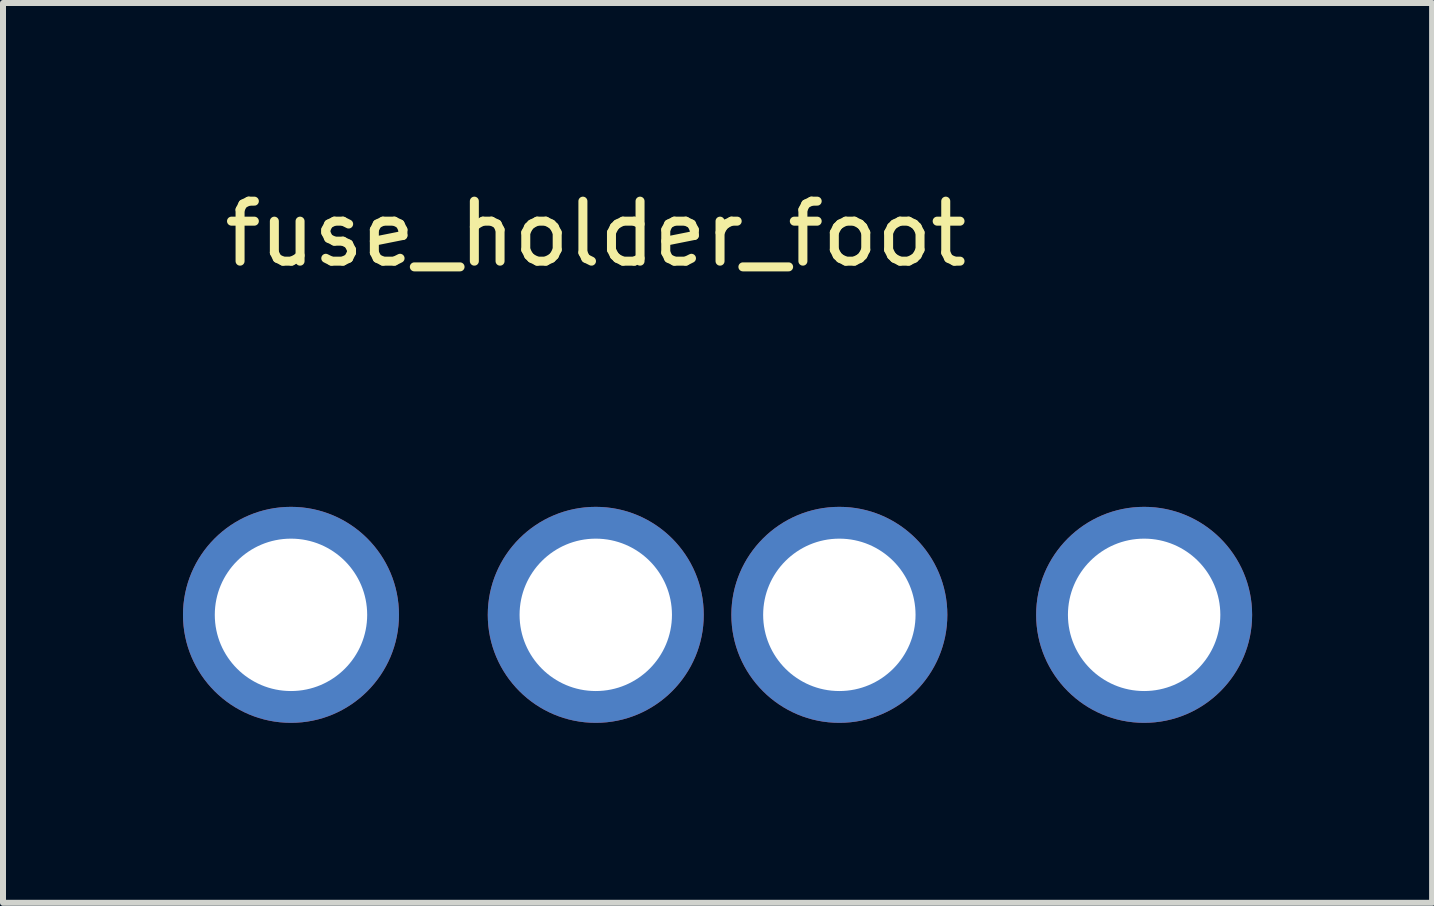
<source format=kicad_pcb>
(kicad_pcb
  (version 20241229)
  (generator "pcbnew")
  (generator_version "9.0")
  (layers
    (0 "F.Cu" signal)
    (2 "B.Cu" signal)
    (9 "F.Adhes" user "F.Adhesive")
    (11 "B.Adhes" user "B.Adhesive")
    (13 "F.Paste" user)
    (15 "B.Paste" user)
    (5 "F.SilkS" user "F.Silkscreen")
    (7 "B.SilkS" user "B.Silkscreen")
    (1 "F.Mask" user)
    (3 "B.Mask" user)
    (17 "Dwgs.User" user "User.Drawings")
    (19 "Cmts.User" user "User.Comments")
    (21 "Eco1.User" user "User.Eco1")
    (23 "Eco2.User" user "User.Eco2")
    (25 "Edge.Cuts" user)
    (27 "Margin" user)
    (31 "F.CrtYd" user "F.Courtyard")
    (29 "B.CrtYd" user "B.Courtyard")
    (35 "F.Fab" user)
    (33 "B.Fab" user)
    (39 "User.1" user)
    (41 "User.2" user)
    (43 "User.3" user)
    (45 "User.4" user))
  (footprint "fuse_holder_foot"
    (layer "F.Cu")
    (at 6.88 7.198)
    (property "Reference" "fuse_holder_foot" (at 0 -6.35 0) (layer "F.SilkS") (effects (font (size 1 1) (thickness 0.15))))
    (attr through_hole)
    (pad "1" thru_hole circle (at -5.08 0) (size 3.6 3.6) (drill 2.54) (layers "*.Cu" "*.Mask"))
    (pad "1" thru_hole circle (at 0 0) (size 3.6 3.6) (drill 2.54) (layers "*.Cu" "*.Mask"))
    (pad "2" thru_hole circle (at 4.06 0) (size 3.6 3.6) (drill 2.54) (layers "*.Cu" "*.Mask"))
    (pad "2" thru_hole circle (at 9.14 0) (size 3.6 3.6) (drill 2.54) (layers "*.Cu" "*.Mask")))
  (gr_rect
    (start -3 -3)
    (end 20.82 11.998)
    (stroke (width 0.1) (type default))
    (fill no)
    (layer "Edge.Cuts")))
</source>
